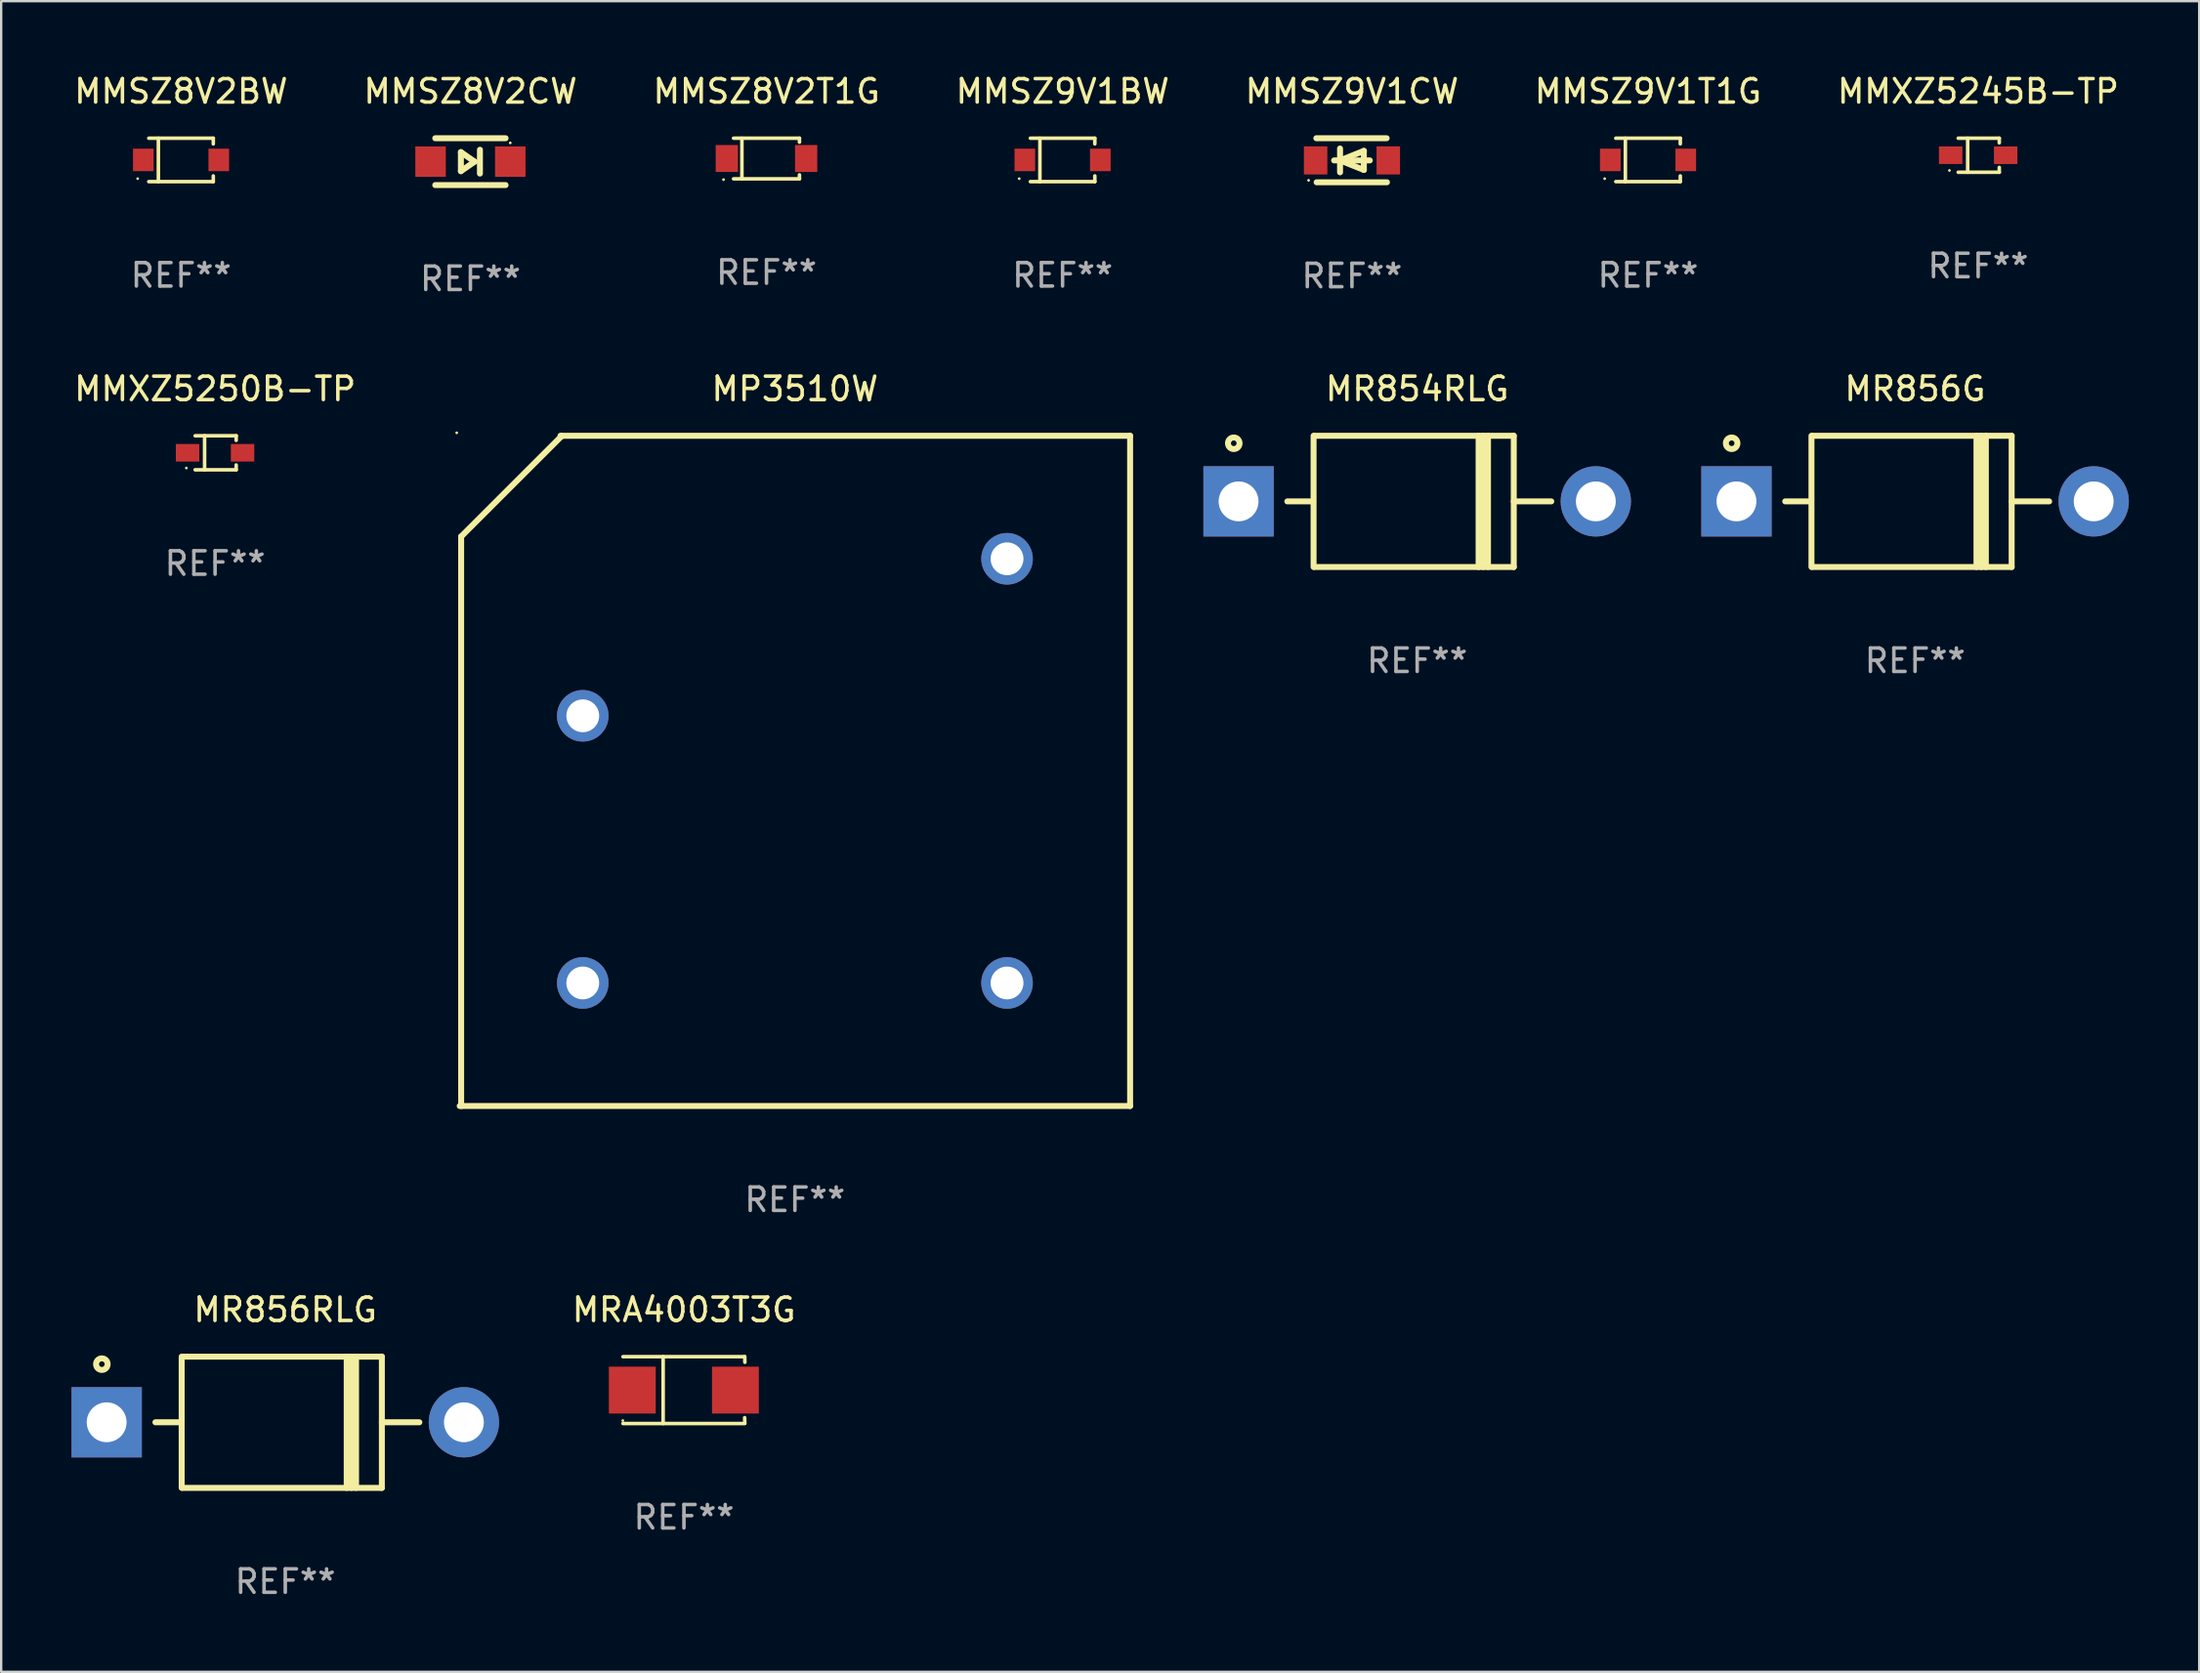
<source format=kicad_pcb>
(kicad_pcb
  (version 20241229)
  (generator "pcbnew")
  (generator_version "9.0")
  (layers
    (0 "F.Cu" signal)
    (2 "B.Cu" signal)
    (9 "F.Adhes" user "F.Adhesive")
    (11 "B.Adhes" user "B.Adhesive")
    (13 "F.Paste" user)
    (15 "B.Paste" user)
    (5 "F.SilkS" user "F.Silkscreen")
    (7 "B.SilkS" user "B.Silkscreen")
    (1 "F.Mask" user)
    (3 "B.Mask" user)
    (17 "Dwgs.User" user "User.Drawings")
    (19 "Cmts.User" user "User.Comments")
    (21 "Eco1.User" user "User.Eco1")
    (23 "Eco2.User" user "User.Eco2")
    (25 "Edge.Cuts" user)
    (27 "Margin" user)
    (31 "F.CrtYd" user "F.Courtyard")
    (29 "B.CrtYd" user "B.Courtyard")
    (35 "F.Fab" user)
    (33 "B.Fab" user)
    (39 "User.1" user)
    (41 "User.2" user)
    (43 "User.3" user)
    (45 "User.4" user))
  (footprint "MMSZ8V2CW"
    (layer "F.Cu")
    (at 17.018 3.848)
    (property "Reference" "MMSZ8V2CW" (at 0 -3 0) (layer "F.SilkS") (effects (font (size 1 1) (thickness 0.15))))
    (attr through_hole)
    (fp_line (start -1.5 -1) (end 1.5 -1) (stroke (width 0.254) (type solid)) (layer "F.SilkS"))
    (fp_line (start -0.406 -0.406) (end 0.178 0) (stroke (width 0.254) (type solid)) (layer "F.SilkS"))
    (fp_line (start -0.406 0.406) (end -0.406 -0.406) (stroke (width 0.254) (type solid)) (layer "F.SilkS"))
    (fp_line (start 0.178 0) (end -0.406 0.406) (stroke (width 0.254) (type solid)) (layer "F.SilkS"))
    (fp_line (start 0.406 0.508) (end 0.406 -0.508) (stroke (width 0.254) (type solid)) (layer "F.SilkS"))
    (fp_line (start 1.5 1) (end -1.5 1) (stroke (width 0.254) (type solid)) (layer "F.SilkS"))
    (fp_circle (center 1.7 -0.8) (end 1.73 -0.8) (stroke (width 0.06) (type solid)) (fill no) (layer "F.SilkS"))
    (fp_text user "REF**" (at 0 5 0) (layer "F.Fab") (effects (font (size 1 1) (thickness 0.15))))
    (pad "1" smd rect (at 1.7 0 180) (size 1.3 1.3) (layers "F.Cu" "F.Mask" "F.Paste"))
    (pad "2" smd rect (at -1.7 0 180) (size 1.3 1.3) (layers "F.Cu" "F.Mask" "F.Paste")))
  (footprint "MP3510W"
    (layer "F.Cu")
    (at 30.861 29.845)
    (property "Reference" "MP3510W" (at 0 -16.3 0) (layer "F.SilkS") (effects (font (size 1 1) (thickness 0.15))))
    (attr through_hole)
    (fp_line (start -14.3 14.3) (end 14.3 14.3) (stroke (width 0.254) (type solid)) (layer "F.SilkS"))
    (fp_line (start -14.238 -10) (end -14.238 14.3) (stroke (width 0.254) (type solid)) (layer "F.SilkS"))
    (fp_line (start -10 -14.3) (end 14.3 -14.3) (stroke (width 0.254) (type solid)) (layer "F.SilkS"))
    (fp_line (start -9.963 -14.3) (end -9.963 -14.275) (stroke (width 0.254) (type solid)) (layer "F.SilkS"))
    (fp_line (start -9.963 -14.275) (end -14.238 -10) (stroke (width 0.254) (type solid)) (layer "F.SilkS"))
    (fp_line (start 14.3 -14.3) (end 14.3 14.3) (stroke (width 0.254) (type solid)) (layer "F.SilkS"))
    (fp_circle (center -14.427 -14.427) (end -14.397 -14.427) (stroke (width 0.06) (type solid)) (fill no) (layer "F.SilkS"))
    (fp_text user "-" (at 11.176 10.16 0) (layer "B.Mask") (effects (font (size 1 1) (thickness 0.15))))
    (fp_text user "&#126;" (at -12.7 9.98 0) (layer "B.Mask") (effects (font (size 1 1) (thickness 0.15))))
    (fp_text user "+" (at -12.573 -1.659 0) (layer "B.Mask") (effects (font (size 1 1) (thickness 0.15))))
    (fp_text user "&#126;" (at 11.176 -8.001 0) (layer "B.Mask") (effects (font (size 1 1) (thickness 0.15))))
    (fp_text user "REF**" (at 0 18.3 0) (layer "F.Fab") (effects (font (size 1 1) (thickness 0.15))))
    (pad "1" thru_hole circle (at -9.05 -2.35) (size 2.2 2.2) (drill 1.4) (layers "*.Cu" "*.Mask"))
    (pad "2" thru_hole circle (at -9.05 9.05) (size 2.2 2.2) (drill 1.4) (layers "*.Cu" "*.Mask"))
    (pad "3" thru_hole circle (at 9.05 9.05) (size 2.2 2.2) (drill 1.4) (layers "*.Cu" "*.Mask"))
    (pad "4" thru_hole circle (at 9.05 -9.05) (size 2.2 2.2) (drill 1.4) (layers "*.Cu" "*.Mask")))
  (footprint "MMSZ9V1T1G"
    (layer "F.Cu")
    (at 67.256 3.774)
    (property "Reference" "MMSZ9V1T1G" (at 0 -2.926 0) (layer "F.SilkS") (effects (font (size 1 1) (thickness 0.15))))
    (attr through_hole)
    (fp_line (start -1.376 -0.926) (end 1.376 -0.926) (stroke (width 0.152) (type solid)) (layer "F.SilkS"))
    (fp_line (start -1.376 0.926) (end 1.376 0.926) (stroke (width 0.152) (type solid)) (layer "F.SilkS"))
    (fp_line (start -0.967 -0.926) (end -0.967 0.926) (stroke (width 0.152) (type solid)) (layer "F.SilkS"))
    (fp_line (start 1.376 -0.926) (end 1.376 -0.683) (stroke (width 0.152) (type solid)) (layer "F.SilkS"))
    (fp_line (start 1.376 0.926) (end 1.376 0.683) (stroke (width 0.152) (type solid)) (layer "F.SilkS"))
    (fp_circle (center -1.85 0.8) (end -1.82 0.8) (stroke (width 0.06) (type solid)) (fill no) (layer "F.SilkS"))
    (fp_text user "REF**" (at 0 4.926 0) (layer "F.Fab") (effects (font (size 1 1) (thickness 0.15))))
    (pad "1" smd rect (at -1.61 -0.000076) (size 0.88 0.96) (layers "F.Cu" "F.Mask" "F.Paste"))
    (pad "2" smd rect (at 1.61 -0.000076) (size 0.88 0.96) (layers "F.Cu" "F.Mask" "F.Paste")))
  (footprint "MRA4003T3G"
    (layer "F.Cu")
    (at 26.127 56.268)
    (property "Reference" "MRA4003T3G" (at 0 -3.426 0) (layer "F.SilkS") (effects (font (size 1 1) (thickness 0.15))))
    (attr through_hole)
    (fp_line (start -2.6 -1.426) (end 2.593 -1.426) (stroke (width 0.152) (type solid)) (layer "F.SilkS"))
    (fp_line (start -2.6 1.426) (end 2.593 1.426) (stroke (width 0.152) (type solid)) (layer "F.SilkS"))
    (fp_line (start -0.887 -1.426) (end -0.887 1.426) (stroke (width 0.152) (type solid)) (layer "F.SilkS"))
    (fp_line (start 2.59 1.176) (end 2.597 1.415) (stroke (width 0.152) (type solid)) (layer "F.SilkS"))
    (fp_line (start 2.593 -1.426) (end 2.6 -1.187) (stroke (width 0.152) (type solid)) (layer "F.SilkS"))
    (fp_circle (center -2.608 1.3) (end -2.578 1.3) (stroke (width 0.06) (type solid)) (fill no) (layer "F.SilkS"))
    (fp_text user "REF**" (at 0 5.426 0) (layer "F.Fab") (effects (font (size 1 1) (thickness 0.15))))
    (pad "1" smd rect (at -2.203 0 180) (size 2 2) (layers "F.Cu" "F.Mask" "F.Paste"))
    (pad "2" smd rect (at 2.197 0 180) (size 2 2) (layers "F.Cu" "F.Mask" "F.Paste")))
  (footprint "MR854RLG"
    (layer "F.Cu")
    (at 57.408 18.345)
    (property "Reference" "MR854RLG" (at 0 -4.8 0) (layer "F.SilkS") (effects (font (size 1 1) (thickness 0.15))))
    (attr through_hole)
    (fp_line (start -5.54 0) (end -4.44 0) (stroke (width 0.254) (type solid)) (layer "F.SilkS"))
    (fp_line (start -4.42 2.8) (end -4.42 -2.8) (stroke (width 0.254) (type solid)) (layer "F.SilkS"))
    (fp_line (start -4.38 -2.8) (end 4.12 -2.8) (stroke (width 0.254) (type solid)) (layer "F.SilkS"))
    (fp_line (start 2.62 -2.8) (end 2.62 2.8) (stroke (width 0.254) (type solid)) (layer "F.SilkS"))
    (fp_line (start 2.82 -2.8) (end 2.82 2.8) (stroke (width 0.254) (type solid)) (layer "F.SilkS"))
    (fp_line (start 3.02 -2.8) (end 3.02 2.8) (stroke (width 0.254) (type solid)) (layer "F.SilkS"))
    (fp_line (start 4.12 -2.8) (end 4.12 2.8) (stroke (width 0.254) (type solid)) (layer "F.SilkS"))
    (fp_line (start 4.12 0) (end 5.72 0) (stroke (width 0.254) (type solid)) (layer "F.SilkS"))
    (fp_line (start 4.12 2.8) (end -4.38 2.8) (stroke (width 0.254) (type solid)) (layer "F.SilkS"))
    (fp_circle (center -7.825 -2.48) (end -7.705 -2.48) (stroke (width 0.254) (type solid)) (fill no) (layer "F.SilkS"))
    (fp_text user "REF**" (at 0 6.8 0) (layer "F.Fab") (effects (font (size 1 1) (thickness 0.15))))
    (pad "1" thru_hole rect (at -7.62 0 180) (size 3 3) (drill 1.7) (layers "*.Cu" "*.Mask"))
    (pad "2" thru_hole circle (at 7.62 0) (size 3 3) (drill 1.7) (layers "*.Cu" "*.Mask")))
  (footprint "MMSZ9V1CW"
    (layer "F.Cu")
    (at 54.625 3.788)
    (property "Reference" "MMSZ9V1CW" (at 0 -2.94 0) (layer "F.SilkS") (effects (font (size 1 1) (thickness 0.15))))
    (attr through_hole)
    (fp_line (start -1.52 -0.94) (end 1.48 -0.94) (stroke (width 0.254) (type solid)) (layer "F.SilkS"))
    (fp_line (start -1.507 0.94) (end 1.493 0.94) (stroke (width 0.254) (type solid)) (layer "F.SilkS"))
    (fp_line (start -0.762 0.007) (end 0.762 0.007) (stroke (width 0.254) (type solid)) (layer "F.SilkS"))
    (fp_line (start -0.508 -0.501) (end -0.508 0.515) (stroke (width 0.254) (type solid)) (layer "F.SilkS"))
    (fp_line (start -0.508 0.007) (end 0.508 -0.4) (stroke (width 0.254) (type solid)) (layer "F.SilkS"))
    (fp_line (start 0.508 -0.4) (end 0.508 0.413) (stroke (width 0.254) (type solid)) (layer "F.SilkS"))
    (fp_line (start 0.508 0.413) (end -0.508 0.007) (stroke (width 0.254) (type solid)) (layer "F.SilkS"))
    (fp_circle (center -1.85 0.857) (end -1.82 0.857) (stroke (width 0.06) (type solid)) (fill no) (layer "F.SilkS"))
    (fp_text user "REF**" (at 0 4.94 0) (layer "F.Fab") (effects (font (size 1 1) (thickness 0.15))))
    (pad "1" smd rect (at -1.55 0.007) (size 1 1.2) (layers "F.Cu" "F.Mask" "F.Paste"))
    (pad "2" smd rect (at 1.55 0.007) (size 1 1.2) (layers "F.Cu" "F.Mask" "F.Paste")))
  (footprint "MMXZ5250B-TP"
    (layer "F.Cu")
    (at 6.125 16.271)
    (property "Reference" "MMXZ5250B-TP" (at 0 -2.726 0) (layer "F.SilkS") (effects (font (size 1 1) (thickness 0.15))))
    (attr through_hole)
    (fp_line (start -0.851 -0.726) (end 0.901 -0.726) (stroke (width 0.152) (type solid)) (layer "F.SilkS"))
    (fp_line (start -0.851 0.726) (end 0.901 0.726) (stroke (width 0.152) (type solid)) (layer "F.SilkS"))
    (fp_line (start -0.447 -0.726) (end -0.447 0.726) (stroke (width 0.152) (type solid)) (layer "F.SilkS"))
    (fp_line (start 0.901 -0.726) (end 0.901 -0.53) (stroke (width 0.152) (type solid)) (layer "F.SilkS"))
    (fp_line (start 0.901 0.726) (end 0.901 0.52) (stroke (width 0.152) (type solid)) (layer "F.SilkS"))
    (fp_circle (center -1.225 0.65) (end -1.195 0.65) (stroke (width 0.06) (type solid)) (fill no) (layer "F.SilkS"))
    (fp_text user "REF**" (at 0 4.726 0) (layer "F.Fab") (effects (font (size 1 1) (thickness 0.15))))
    (pad "1" smd rect (at -1.173 0) (size 1 0.75) (layers "F.Cu" "F.Mask" "F.Paste"))
    (pad "2" smd rect (at 1.173 0) (size 1 0.75) (layers "F.Cu" "F.Mask" "F.Paste")))
  (footprint "MR856G"
    (layer "F.Cu")
    (at 78.648 18.345)
    (property "Reference" "MR856G" (at 0 -4.8 0) (layer "F.SilkS") (effects (font (size 1 1) (thickness 0.15))))
    (attr through_hole)
    (fp_line (start -5.54 0) (end -4.44 0) (stroke (width 0.254) (type solid)) (layer "F.SilkS"))
    (fp_line (start -4.42 2.8) (end -4.42 -2.8) (stroke (width 0.254) (type solid)) (layer "F.SilkS"))
    (fp_line (start -4.38 -2.8) (end 4.12 -2.8) (stroke (width 0.254) (type solid)) (layer "F.SilkS"))
    (fp_line (start 2.62 -2.8) (end 2.62 2.8) (stroke (width 0.254) (type solid)) (layer "F.SilkS"))
    (fp_line (start 2.82 -2.8) (end 2.82 2.8) (stroke (width 0.254) (type solid)) (layer "F.SilkS"))
    (fp_line (start 3.02 -2.8) (end 3.02 2.8) (stroke (width 0.254) (type solid)) (layer "F.SilkS"))
    (fp_line (start 4.12 -2.8) (end 4.12 2.8) (stroke (width 0.254) (type solid)) (layer "F.SilkS"))
    (fp_line (start 4.12 0) (end 5.72 0) (stroke (width 0.254) (type solid)) (layer "F.SilkS"))
    (fp_line (start 4.12 2.8) (end -4.38 2.8) (stroke (width 0.254) (type solid)) (layer "F.SilkS"))
    (fp_circle (center -7.825 -2.48) (end -7.705 -2.48) (stroke (width 0.254) (type solid)) (fill no) (layer "F.SilkS"))
    (fp_text user "REF**" (at 0 6.8 0) (layer "F.Fab") (effects (font (size 1 1) (thickness 0.15))))
    (pad "1" thru_hole rect (at -7.62 0 180) (size 3 3) (drill 1.7) (layers "*.Cu" "*.Mask"))
    (pad "2" thru_hole circle (at 7.62 0) (size 3 3) (drill 1.7) (layers "*.Cu" "*.Mask")))
  (footprint "MMSZ8V2BW"
    (layer "F.Cu")
    (at 4.673 3.774)
    (property "Reference" "MMSZ8V2BW" (at 0 -2.926 0) (layer "F.SilkS") (effects (font (size 1 1) (thickness 0.15))))
    (attr through_hole)
    (fp_line (start -1.376 -0.926) (end 1.376 -0.926) (stroke (width 0.152) (type solid)) (layer "F.SilkS"))
    (fp_line (start -1.376 0.926) (end 1.376 0.926) (stroke (width 0.152) (type solid)) (layer "F.SilkS"))
    (fp_line (start -0.967 -0.926) (end -0.967 0.926) (stroke (width 0.152) (type solid)) (layer "F.SilkS"))
    (fp_line (start 1.376 -0.926) (end 1.376 -0.683) (stroke (width 0.152) (type solid)) (layer "F.SilkS"))
    (fp_line (start 1.376 0.926) (end 1.376 0.683) (stroke (width 0.152) (type solid)) (layer "F.SilkS"))
    (fp_circle (center -1.85 0.8) (end -1.82 0.8) (stroke (width 0.06) (type solid)) (fill no) (layer "F.SilkS"))
    (fp_text user "REF**" (at 0 4.926 0) (layer "F.Fab") (effects (font (size 1 1) (thickness 0.15))))
    (pad "1" smd rect (at -1.61 0) (size 0.88 0.96) (layers "F.Cu" "F.Mask" "F.Paste"))
    (pad "2" smd rect (at 1.61 0) (size 0.88 0.96) (layers "F.Cu" "F.Mask" "F.Paste")))
  (footprint "MMSZ8V2T1G"
    (layer "F.Cu")
    (at 29.649 3.714)
    (property "Reference" "MMSZ8V2T1G" (at 0 -2.866 0) (layer "F.SilkS") (effects (font (size 1 1) (thickness 0.15))))
    (attr through_hole)
    (fp_line (start -1.406 -0.866) (end 1.406 -0.866) (stroke (width 0.152) (type solid)) (layer "F.SilkS"))
    (fp_line (start -1.406 0.866) (end 1.406 0.866) (stroke (width 0.152) (type solid)) (layer "F.SilkS"))
    (fp_line (start -1.049 -0.866) (end -1.049 0.866) (stroke (width 0.152) (type solid)) (layer "F.SilkS"))
    (fp_line (start 1.406 -0.866) (end 1.406 -0.698) (stroke (width 0.152) (type solid)) (layer "F.SilkS"))
    (fp_line (start 1.406 0.866) (end 1.406 0.698) (stroke (width 0.152) (type solid)) (layer "F.SilkS"))
    (fp_circle (center -1.833 0.9) (end -1.803 0.9) (stroke (width 0.06) (type solid)) (fill no) (layer "F.SilkS"))
    (fp_text user "REF**" (at 0 4.866 0) (layer "F.Fab") (effects (font (size 1 1) (thickness 0.15))))
    (pad "1" smd rect (at -1.692 -0.000102) (size 0.95 1.15) (layers "F.Cu" "F.Mask" "F.Paste"))
    (pad "2" smd rect (at 1.692 -0.000102) (size 0.95 1.15) (layers "F.Cu" "F.Mask" "F.Paste")))
  (footprint "MMXZ5245B-TP"
    (layer "F.Cu")
    (at 81.339 3.574)
    (property "Reference" "MMXZ5245B-TP" (at 0 -2.726 0) (layer "F.SilkS") (effects (font (size 1 1) (thickness 0.15))))
    (attr through_hole)
    (fp_line (start -0.851 -0.726) (end 0.901 -0.726) (stroke (width 0.152) (type solid)) (layer "F.SilkS"))
    (fp_line (start -0.851 0.726) (end 0.901 0.726) (stroke (width 0.152) (type solid)) (layer "F.SilkS"))
    (fp_line (start -0.447 -0.726) (end -0.447 0.726) (stroke (width 0.152) (type solid)) (layer "F.SilkS"))
    (fp_line (start 0.901 -0.726) (end 0.901 -0.53) (stroke (width 0.152) (type solid)) (layer "F.SilkS"))
    (fp_line (start 0.901 0.726) (end 0.901 0.52) (stroke (width 0.152) (type solid)) (layer "F.SilkS"))
    (fp_circle (center -1.225 0.65) (end -1.195 0.65) (stroke (width 0.06) (type solid)) (fill no) (layer "F.SilkS"))
    (fp_text user "REF**" (at 0 4.726 0) (layer "F.Fab") (effects (font (size 1 1) (thickness 0.15))))
    (pad "1" smd rect (at -1.173 0) (size 1 0.75) (layers "F.Cu" "F.Mask" "F.Paste"))
    (pad "2" smd rect (at 1.173 0) (size 1 0.75) (layers "F.Cu" "F.Mask" "F.Paste")))
  (footprint "MMSZ9V1BW"
    (layer "F.Cu")
    (at 42.28 3.774)
    (property "Reference" "MMSZ9V1BW" (at 0 -2.926 0) (layer "F.SilkS") (effects (font (size 1 1) (thickness 0.15))))
    (attr through_hole)
    (fp_line (start -1.376 -0.926) (end 1.376 -0.926) (stroke (width 0.152) (type solid)) (layer "F.SilkS"))
    (fp_line (start -1.376 0.926) (end 1.376 0.926) (stroke (width 0.152) (type solid)) (layer "F.SilkS"))
    (fp_line (start -0.967 -0.926) (end -0.967 0.926) (stroke (width 0.152) (type solid)) (layer "F.SilkS"))
    (fp_line (start 1.376 -0.926) (end 1.376 -0.683) (stroke (width 0.152) (type solid)) (layer "F.SilkS"))
    (fp_line (start 1.376 0.926) (end 1.376 0.683) (stroke (width 0.152) (type solid)) (layer "F.SilkS"))
    (fp_circle (center -1.85 0.8) (end -1.82 0.8) (stroke (width 0.06) (type solid)) (fill no) (layer "F.SilkS"))
    (fp_text user "REF**" (at 0 4.926 0) (layer "F.Fab") (effects (font (size 1 1) (thickness 0.15))))
    (pad "1" smd rect (at -1.61 0) (size 0.88 0.96) (layers "F.Cu" "F.Mask" "F.Paste"))
    (pad "2" smd rect (at 1.61 0) (size 0.88 0.96) (layers "F.Cu" "F.Mask" "F.Paste")))
  (footprint "MR856RLG"
    (layer "F.Cu")
    (at 9.12 57.641)
    (property "Reference" "MR856RLG" (at 0 -4.8 0) (layer "F.SilkS") (effects (font (size 1 1) (thickness 0.15))))
    (attr through_hole)
    (fp_line (start -5.54 0) (end -4.44 0) (stroke (width 0.254) (type solid)) (layer "F.SilkS"))
    (fp_line (start -4.42 2.8) (end -4.42 -2.8) (stroke (width 0.254) (type solid)) (layer "F.SilkS"))
    (fp_line (start -4.38 -2.8) (end 4.12 -2.8) (stroke (width 0.254) (type solid)) (layer "F.SilkS"))
    (fp_line (start 2.62 -2.8) (end 2.62 2.8) (stroke (width 0.254) (type solid)) (layer "F.SilkS"))
    (fp_line (start 2.82 -2.8) (end 2.82 2.8) (stroke (width 0.254) (type solid)) (layer "F.SilkS"))
    (fp_line (start 3.02 -2.8) (end 3.02 2.8) (stroke (width 0.254) (type solid)) (layer "F.SilkS"))
    (fp_line (start 4.12 -2.8) (end 4.12 2.8) (stroke (width 0.254) (type solid)) (layer "F.SilkS"))
    (fp_line (start 4.12 0) (end 5.72 0) (stroke (width 0.254) (type solid)) (layer "F.SilkS"))
    (fp_line (start 4.12 2.8) (end -4.38 2.8) (stroke (width 0.254) (type solid)) (layer "F.SilkS"))
    (fp_circle (center -7.825 -2.48) (end -7.705 -2.48) (stroke (width 0.254) (type solid)) (fill no) (layer "F.SilkS"))
    (fp_text user "REF**" (at 0 6.8 0) (layer "F.Fab") (effects (font (size 1 1) (thickness 0.15))))
    (pad "1" thru_hole rect (at -7.62 0 180) (size 3 3) (drill 1.7) (layers "*.Cu" "*.Mask"))
    (pad "2" thru_hole circle (at 7.62 0) (size 3 3) (drill 1.7) (layers "*.Cu" "*.Mask")))
  (gr_rect
    (start -3 -3)
    (end 90.768 68.29)
    (stroke (width 0.1) (type default))
    (fill no)
    (layer "Edge.Cuts")))
</source>
